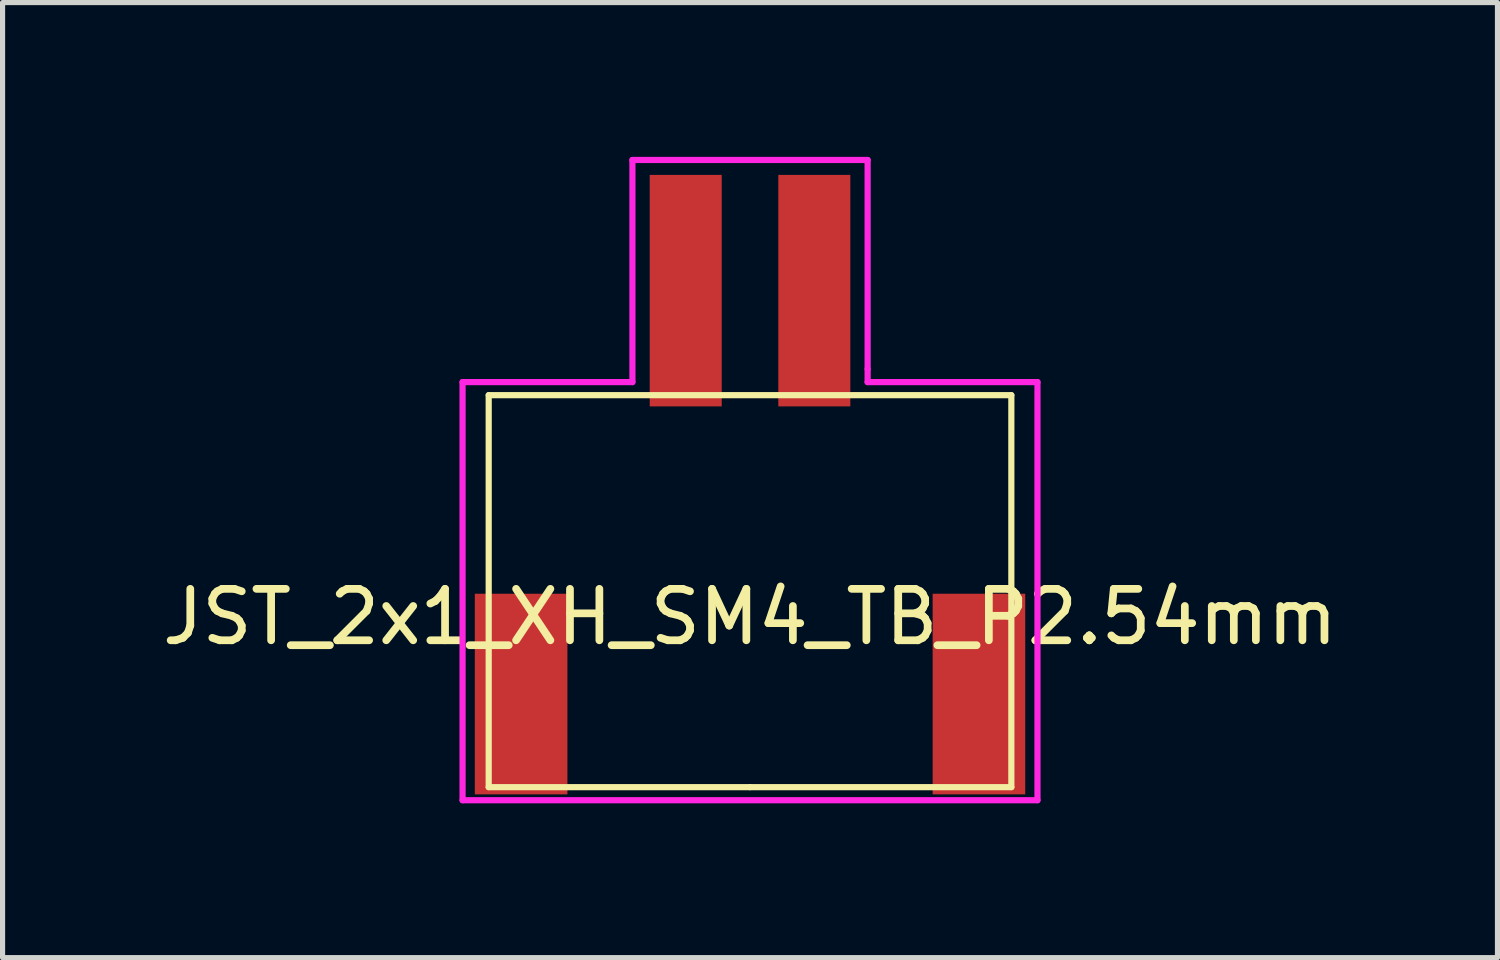
<source format=kicad_pcb>
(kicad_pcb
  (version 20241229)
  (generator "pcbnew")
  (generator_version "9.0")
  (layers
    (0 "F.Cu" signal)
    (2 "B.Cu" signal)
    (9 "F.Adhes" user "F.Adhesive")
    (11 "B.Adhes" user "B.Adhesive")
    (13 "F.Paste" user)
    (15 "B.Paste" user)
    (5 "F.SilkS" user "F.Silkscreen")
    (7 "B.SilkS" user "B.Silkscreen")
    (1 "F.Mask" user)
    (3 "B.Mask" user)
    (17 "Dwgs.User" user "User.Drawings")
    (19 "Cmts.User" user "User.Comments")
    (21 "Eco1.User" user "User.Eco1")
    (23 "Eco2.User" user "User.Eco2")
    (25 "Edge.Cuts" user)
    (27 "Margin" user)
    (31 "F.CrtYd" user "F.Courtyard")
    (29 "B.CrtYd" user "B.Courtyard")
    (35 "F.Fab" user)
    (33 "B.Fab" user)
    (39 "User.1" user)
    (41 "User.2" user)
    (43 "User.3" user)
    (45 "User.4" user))
  (footprint "JST_2x1_XH_SM4_TB_P2.54mm"
    (layer "F.Cu")
    (at 11.53 8.442)
    (property "Reference" "JST_2x1_XH_SM4_TB_P2.54mm" (at 0 0.5 0) (layer "F.SilkS") (effects (font (size 1 1) (thickness 0.15))))
    (attr through_hole)
    (fp_line (start -5.08 -3.81) (end 5.08 -3.81) (stroke (width 0.12) (type solid)) (layer "F.SilkS"))
    (fp_line (start -5.08 3.81) (end -5.08 -3.81) (stroke (width 0.12) (type solid)) (layer "F.SilkS"))
    (fp_line (start 0 3.81) (end -5.08 3.81) (stroke (width 0.12) (type solid)) (layer "F.SilkS"))
    (fp_line (start 5.08 -3.81) (end 5.08 3.81) (stroke (width 0.12) (type solid)) (layer "F.SilkS"))
    (fp_line (start 5.08 3.81) (end 0 3.81) (stroke (width 0.12) (type solid)) (layer "F.SilkS"))
    (fp_line (start -5.588 -4.064) (end -2.286 -4.064) (stroke (width 0.12) (type solid)) (layer "F.CrtYd"))
    (fp_line (start -5.588 4.064) (end -5.588 -4.064) (stroke (width 0.12) (type solid)) (layer "F.CrtYd"))
    (fp_line (start -2.286 -8.382) (end 2.286 -8.382) (stroke (width 0.12) (type solid)) (layer "F.CrtYd"))
    (fp_line (start -2.286 -4.064) (end -2.286 -8.382) (stroke (width 0.12) (type solid)) (layer "F.CrtYd"))
    (fp_line (start 2.286 -8.382) (end 2.286 -4.318) (stroke (width 0.12) (type solid)) (layer "F.CrtYd"))
    (fp_line (start 2.286 -4.318) (end 2.286 -4.064) (stroke (width 0.12) (type solid)) (layer "F.CrtYd"))
    (fp_line (start 2.286 -4.064) (end 5.588 -4.064) (stroke (width 0.12) (type solid)) (layer "F.CrtYd"))
    (fp_line (start 5.588 -4.064) (end 5.588 4.064) (stroke (width 0.12) (type solid)) (layer "F.CrtYd"))
    (fp_line (start 5.588 4.064) (end -5.588 4.064) (stroke (width 0.12) (type solid)) (layer "F.CrtYd"))
    (pad "1" smd rect (at -1.25 -5.842) (size 1.4 4.5) (layers "F.Cu" "F.Mask" "F.Paste"))
    (pad "2" smd rect (at 1.25 -5.842) (size 1.4 4.5) (layers "F.Cu" "F.Mask" "F.Paste"))
    (pad "GND" smd rect (at -4.45 2) (size 1.8 3.9) (layers "F.Cu" "F.Mask" "F.Paste"))
    (pad "GND" smd rect (at 4.45 2) (size 1.8 3.9) (layers "F.Cu" "F.Mask" "F.Paste")))
  (gr_rect
    (start -3 -3)
    (end 26.06 15.566)
    (stroke (width 0.1) (type default))
    (fill no)
    (layer "Edge.Cuts")))
</source>
